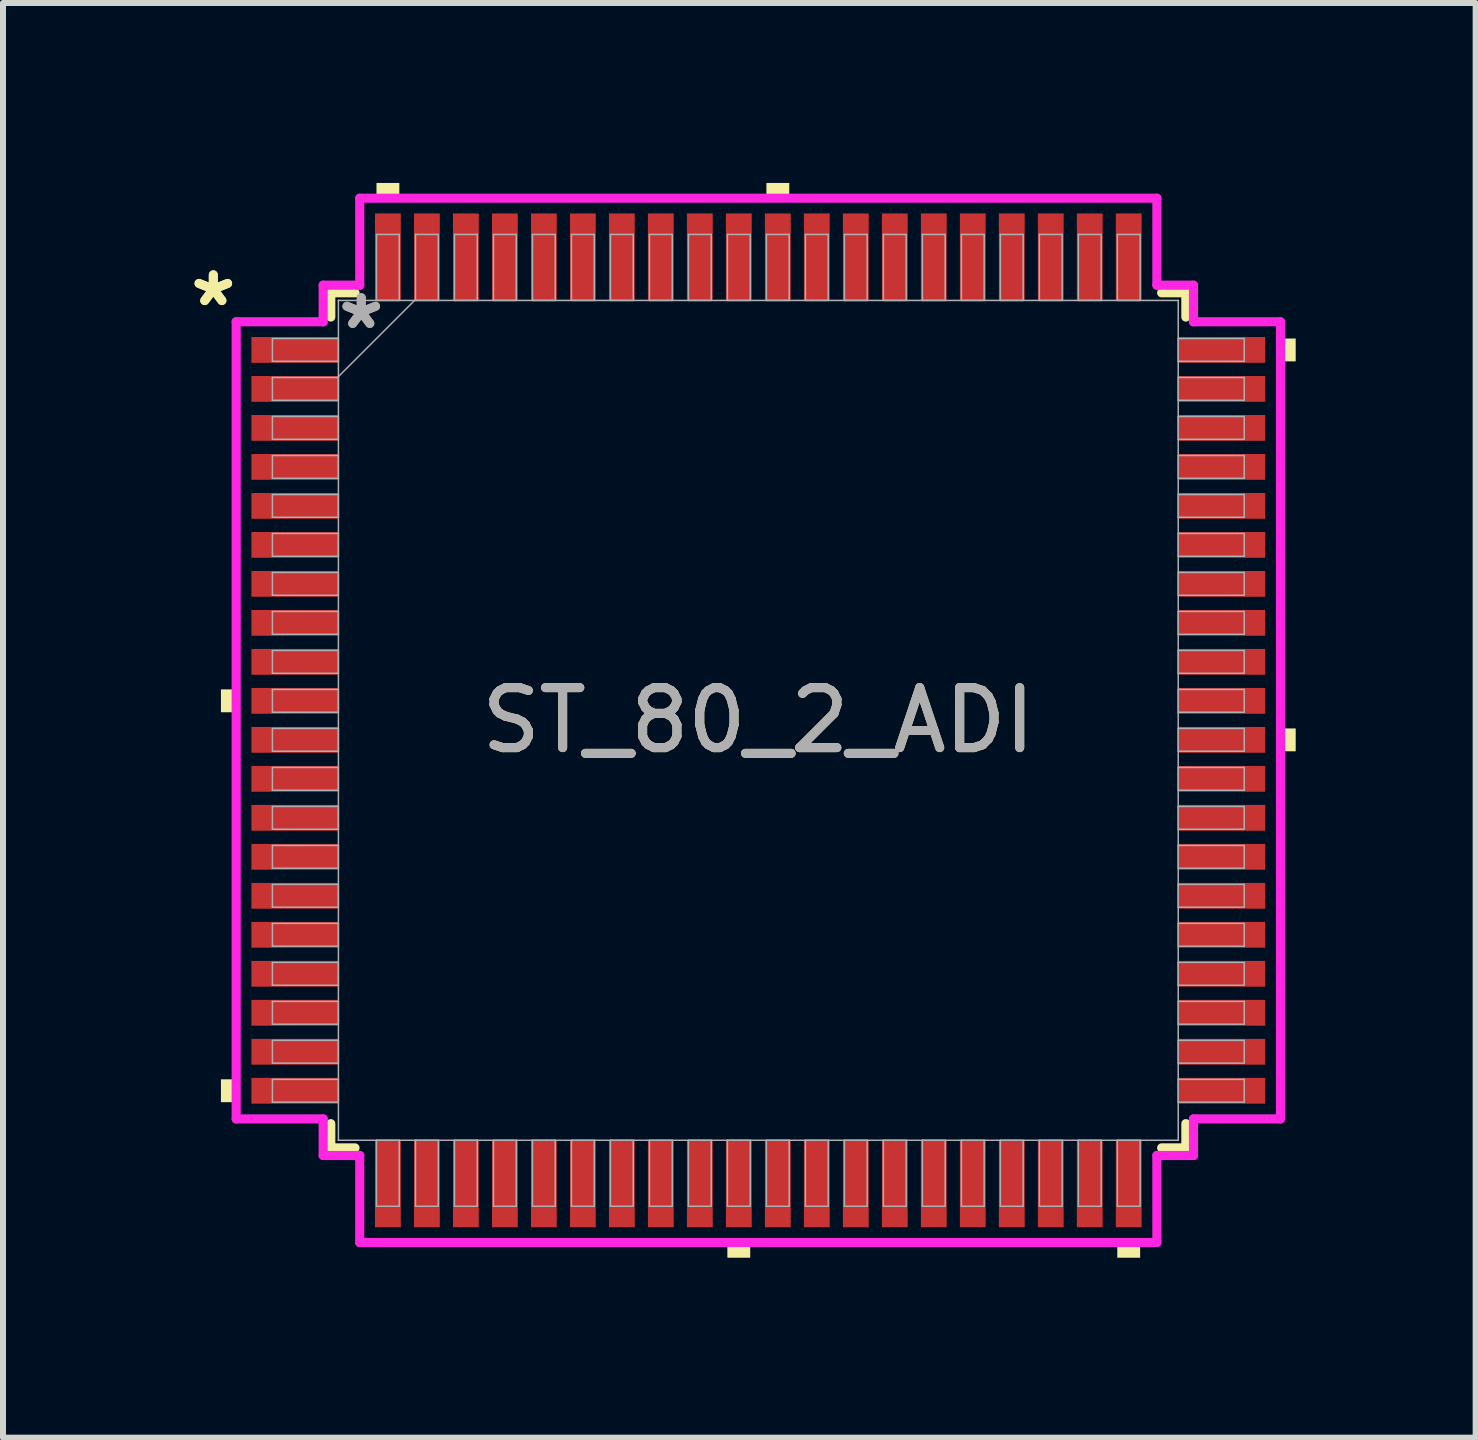
<source format=kicad_pcb>
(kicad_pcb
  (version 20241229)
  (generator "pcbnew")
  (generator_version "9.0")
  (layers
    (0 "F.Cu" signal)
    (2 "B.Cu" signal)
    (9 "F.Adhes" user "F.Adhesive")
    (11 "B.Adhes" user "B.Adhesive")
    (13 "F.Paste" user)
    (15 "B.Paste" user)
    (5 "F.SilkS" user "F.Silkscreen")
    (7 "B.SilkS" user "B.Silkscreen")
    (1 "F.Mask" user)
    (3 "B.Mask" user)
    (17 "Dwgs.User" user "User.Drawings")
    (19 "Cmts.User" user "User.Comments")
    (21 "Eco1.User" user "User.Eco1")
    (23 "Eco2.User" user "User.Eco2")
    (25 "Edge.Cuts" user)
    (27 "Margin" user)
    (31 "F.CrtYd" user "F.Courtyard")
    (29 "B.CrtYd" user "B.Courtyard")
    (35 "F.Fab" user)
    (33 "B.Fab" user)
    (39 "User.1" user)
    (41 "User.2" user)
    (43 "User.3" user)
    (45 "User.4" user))
  (footprint "ST_80_2_ADI"
    (layer "F.Cu")
    (at 9.591 8.958)
    (property "Reference" "ST_80_2_ADI" (at 0 0 0) (unlocked yes) (layer "F.SilkS") (effects (font (size 1 1) (thickness 0.15))))
    (attr smd)
    (fp_line (start -7.127 -7.127) (end -7.127 -6.723) (stroke (width 0.152) (type solid)) (layer "F.SilkS"))
    (fp_line (start -7.127 6.723) (end -7.127 7.127) (stroke (width 0.152) (type solid)) (layer "F.SilkS"))
    (fp_line (start -7.127 7.127) (end -6.723 7.127) (stroke (width 0.152) (type solid)) (layer "F.SilkS"))
    (fp_line (start -6.723 -7.127) (end -7.127 -7.127) (stroke (width 0.152) (type solid)) (layer "F.SilkS"))
    (fp_line (start 6.723 7.127) (end 7.127 7.127) (stroke (width 0.152) (type solid)) (layer "F.SilkS"))
    (fp_line (start 7.127 -7.127) (end 6.723 -7.127) (stroke (width 0.152) (type solid)) (layer "F.SilkS"))
    (fp_line (start 7.127 -6.723) (end 7.127 -7.127) (stroke (width 0.152) (type solid)) (layer "F.SilkS"))
    (fp_line (start 7.127 7.127) (end 7.127 6.723) (stroke (width 0.152) (type solid)) (layer "F.SilkS"))
    (fp_poly (pts (xy -8.958 -0.516) (xy -8.958 -0.135) (xy -8.704 -0.135) (xy -8.704 -0.516)) (stroke (width 0) (type solid)) (fill yes) (layer "F.SilkS"))
    (fp_poly (pts (xy -8.958 5.984) (xy -8.958 6.365) (xy -8.704 6.365) (xy -8.704 5.984)) (stroke (width 0) (type solid)) (fill yes) (layer "F.SilkS"))
    (fp_poly (pts (xy -6.365 -8.704) (xy -6.365 -8.958) (xy -5.984 -8.958) (xy -5.984 -8.704)) (stroke (width 0) (type solid)) (fill yes) (layer "F.SilkS"))
    (fp_poly (pts (xy -0.516 8.704) (xy -0.516 8.958) (xy -0.135 8.958) (xy -0.135 8.704)) (stroke (width 0) (type solid)) (fill yes) (layer "F.SilkS"))
    (fp_poly (pts (xy 0.135 -8.704) (xy 0.135 -8.958) (xy 0.516 -8.958) (xy 0.516 -8.704)) (stroke (width 0) (type solid)) (fill yes) (layer "F.SilkS"))
    (fp_poly (pts (xy 5.984 8.704) (xy 5.984 8.958) (xy 6.365 8.958) (xy 6.365 8.704)) (stroke (width 0) (type solid)) (fill yes) (layer "F.SilkS"))
    (fp_poly (pts (xy 8.958 -6.365) (xy 8.958 -5.984) (xy 8.704 -5.984) (xy 8.704 -6.365)) (stroke (width 0) (type solid)) (fill yes) (layer "F.SilkS"))
    (fp_poly (pts (xy 8.958 0.135) (xy 8.958 0.516) (xy 8.704 0.516) (xy 8.704 0.135)) (stroke (width 0) (type solid)) (fill yes) (layer "F.SilkS"))
    (fp_line (start -8.704 -6.644) (end -7.254 -6.644) (stroke (width 0.152) (type solid)) (layer "F.CrtYd"))
    (fp_line (start -8.704 6.644) (end -8.704 -6.644) (stroke (width 0.152) (type solid)) (layer "F.CrtYd"))
    (fp_line (start -7.254 -7.254) (end -6.644 -7.254) (stroke (width 0.152) (type solid)) (layer "F.CrtYd"))
    (fp_line (start -7.254 -6.644) (end -7.254 -7.254) (stroke (width 0.152) (type solid)) (layer "F.CrtYd"))
    (fp_line (start -7.254 6.644) (end -8.704 6.644) (stroke (width 0.152) (type solid)) (layer "F.CrtYd"))
    (fp_line (start -7.254 7.254) (end -7.254 6.644) (stroke (width 0.152) (type solid)) (layer "F.CrtYd"))
    (fp_line (start -7.254 7.254) (end -6.644 7.254) (stroke (width 0.152) (type solid)) (layer "F.CrtYd"))
    (fp_line (start -6.644 -8.704) (end 6.644 -8.704) (stroke (width 0.152) (type solid)) (layer "F.CrtYd"))
    (fp_line (start -6.644 -7.254) (end -6.644 -8.704) (stroke (width 0.152) (type solid)) (layer "F.CrtYd"))
    (fp_line (start -6.644 7.254) (end -6.644 8.704) (stroke (width 0.152) (type solid)) (layer "F.CrtYd"))
    (fp_line (start -6.644 8.704) (end 6.644 8.704) (stroke (width 0.152) (type solid)) (layer "F.CrtYd"))
    (fp_line (start 6.644 -8.704) (end 6.644 -7.254) (stroke (width 0.152) (type solid)) (layer "F.CrtYd"))
    (fp_line (start 6.644 -7.254) (end 7.254 -7.254) (stroke (width 0.152) (type solid)) (layer "F.CrtYd"))
    (fp_line (start 6.644 7.254) (end 7.254 7.254) (stroke (width 0.152) (type solid)) (layer "F.CrtYd"))
    (fp_line (start 6.644 8.704) (end 6.644 7.254) (stroke (width 0.152) (type solid)) (layer "F.CrtYd"))
    (fp_line (start 7.254 -6.644) (end 7.254 -7.254) (stroke (width 0.152) (type solid)) (layer "F.CrtYd"))
    (fp_line (start 7.254 6.644) (end 8.704 6.644) (stroke (width 0.152) (type solid)) (layer "F.CrtYd"))
    (fp_line (start 7.254 7.254) (end 7.254 6.644) (stroke (width 0.152) (type solid)) (layer "F.CrtYd"))
    (fp_line (start 8.704 -6.644) (end 7.254 -6.644) (stroke (width 0.152) (type solid)) (layer "F.CrtYd"))
    (fp_line (start 8.704 6.644) (end 8.704 -6.644) (stroke (width 0.152) (type solid)) (layer "F.CrtYd"))
    (fp_line (start -8.1 -6.365) (end -8.1 -5.985) (stroke (width 0.025) (type solid)) (layer "F.Fab"))
    (fp_line (start -8.1 -5.985) (end -7 -5.985) (stroke (width 0.025) (type solid)) (layer "F.Fab"))
    (fp_line (start -8.1 -5.715) (end -8.1 -5.335) (stroke (width 0.025) (type solid)) (layer "F.Fab"))
    (fp_line (start -8.1 -5.335) (end -7 -5.335) (stroke (width 0.025) (type solid)) (layer "F.Fab"))
    (fp_line (start -8.1 -5.065) (end -8.1 -4.685) (stroke (width 0.025) (type solid)) (layer "F.Fab"))
    (fp_line (start -8.1 -4.685) (end -7 -4.685) (stroke (width 0.025) (type solid)) (layer "F.Fab"))
    (fp_line (start -8.1 -4.415) (end -8.1 -4.035) (stroke (width 0.025) (type solid)) (layer "F.Fab"))
    (fp_line (start -8.1 -4.035) (end -7 -4.035) (stroke (width 0.025) (type solid)) (layer "F.Fab"))
    (fp_line (start -8.1 -3.765) (end -8.1 -3.385) (stroke (width 0.025) (type solid)) (layer "F.Fab"))
    (fp_line (start -8.1 -3.385) (end -7 -3.385) (stroke (width 0.025) (type solid)) (layer "F.Fab"))
    (fp_line (start -8.1 -3.115) (end -8.1 -2.735) (stroke (width 0.025) (type solid)) (layer "F.Fab"))
    (fp_line (start -8.1 -2.735) (end -7 -2.735) (stroke (width 0.025) (type solid)) (layer "F.Fab"))
    (fp_line (start -8.1 -2.465) (end -8.1 -2.085) (stroke (width 0.025) (type solid)) (layer "F.Fab"))
    (fp_line (start -8.1 -2.085) (end -7 -2.085) (stroke (width 0.025) (type solid)) (layer "F.Fab"))
    (fp_line (start -8.1 -1.815) (end -8.1 -1.435) (stroke (width 0.025) (type solid)) (layer "F.Fab"))
    (fp_line (start -8.1 -1.435) (end -7 -1.435) (stroke (width 0.025) (type solid)) (layer "F.Fab"))
    (fp_line (start -8.1 -1.165) (end -8.1 -0.785) (stroke (width 0.025) (type solid)) (layer "F.Fab"))
    (fp_line (start -8.1 -0.785) (end -7 -0.785) (stroke (width 0.025) (type solid)) (layer "F.Fab"))
    (fp_line (start -8.1 -0.515) (end -8.1 -0.135) (stroke (width 0.025) (type solid)) (layer "F.Fab"))
    (fp_line (start -8.1 -0.135) (end -7 -0.135) (stroke (width 0.025) (type solid)) (layer "F.Fab"))
    (fp_line (start -8.1 0.135) (end -8.1 0.515) (stroke (width 0.025) (type solid)) (layer "F.Fab"))
    (fp_line (start -8.1 0.515) (end -7 0.515) (stroke (width 0.025) (type solid)) (layer "F.Fab"))
    (fp_line (start -8.1 0.785) (end -8.1 1.165) (stroke (width 0.025) (type solid)) (layer "F.Fab"))
    (fp_line (start -8.1 1.165) (end -7 1.165) (stroke (width 0.025) (type solid)) (layer "F.Fab"))
    (fp_line (start -8.1 1.435) (end -8.1 1.815) (stroke (width 0.025) (type solid)) (layer "F.Fab"))
    (fp_line (start -8.1 1.815) (end -7 1.815) (stroke (width 0.025) (type solid)) (layer "F.Fab"))
    (fp_line (start -8.1 2.085) (end -8.1 2.465) (stroke (width 0.025) (type solid)) (layer "F.Fab"))
    (fp_line (start -8.1 2.465) (end -7 2.465) (stroke (width 0.025) (type solid)) (layer "F.Fab"))
    (fp_line (start -8.1 2.735) (end -8.1 3.115) (stroke (width 0.025) (type solid)) (layer "F.Fab"))
    (fp_line (start -8.1 3.115) (end -7 3.115) (stroke (width 0.025) (type solid)) (layer "F.Fab"))
    (fp_line (start -8.1 3.385) (end -8.1 3.765) (stroke (width 0.025) (type solid)) (layer "F.Fab"))
    (fp_line (start -8.1 3.765) (end -7 3.765) (stroke (width 0.025) (type solid)) (layer "F.Fab"))
    (fp_line (start -8.1 4.035) (end -8.1 4.415) (stroke (width 0.025) (type solid)) (layer "F.Fab"))
    (fp_line (start -8.1 4.415) (end -7 4.415) (stroke (width 0.025) (type solid)) (layer "F.Fab"))
    (fp_line (start -8.1 4.685) (end -8.1 5.065) (stroke (width 0.025) (type solid)) (layer "F.Fab"))
    (fp_line (start -8.1 5.065) (end -7 5.065) (stroke (width 0.025) (type solid)) (layer "F.Fab"))
    (fp_line (start -8.1 5.335) (end -8.1 5.715) (stroke (width 0.025) (type solid)) (layer "F.Fab"))
    (fp_line (start -8.1 5.715) (end -7 5.715) (stroke (width 0.025) (type solid)) (layer "F.Fab"))
    (fp_line (start -8.1 5.985) (end -8.1 6.365) (stroke (width 0.025) (type solid)) (layer "F.Fab"))
    (fp_line (start -8.1 6.365) (end -7 6.365) (stroke (width 0.025) (type solid)) (layer "F.Fab"))
    (fp_line (start -7 -6.365) (end -8.1 -6.365) (stroke (width 0.025) (type solid)) (layer "F.Fab"))
    (fp_line (start -7 -5.985) (end -7 -6.365) (stroke (width 0.025) (type solid)) (layer "F.Fab"))
    (fp_line (start -7 -5.73) (end -5.73 -7) (stroke (width 0.025) (type solid)) (layer "F.Fab"))
    (fp_line (start -7 -5.715) (end -8.1 -5.715) (stroke (width 0.025) (type solid)) (layer "F.Fab"))
    (fp_line (start -7 -5.335) (end -7 -5.715) (stroke (width 0.025) (type solid)) (layer "F.Fab"))
    (fp_line (start -7 -5.065) (end -8.1 -5.065) (stroke (width 0.025) (type solid)) (layer "F.Fab"))
    (fp_line (start -7 -4.685) (end -7 -5.065) (stroke (width 0.025) (type solid)) (layer "F.Fab"))
    (fp_line (start -7 -4.415) (end -8.1 -4.415) (stroke (width 0.025) (type solid)) (layer "F.Fab"))
    (fp_line (start -7 -4.035) (end -7 -4.415) (stroke (width 0.025) (type solid)) (layer "F.Fab"))
    (fp_line (start -7 -3.765) (end -8.1 -3.765) (stroke (width 0.025) (type solid)) (layer "F.Fab"))
    (fp_line (start -7 -3.385) (end -7 -3.765) (stroke (width 0.025) (type solid)) (layer "F.Fab"))
    (fp_line (start -7 -3.115) (end -8.1 -3.115) (stroke (width 0.025) (type solid)) (layer "F.Fab"))
    (fp_line (start -7 -2.735) (end -7 -3.115) (stroke (width 0.025) (type solid)) (layer "F.Fab"))
    (fp_line (start -7 -2.465) (end -8.1 -2.465) (stroke (width 0.025) (type solid)) (layer "F.Fab"))
    (fp_line (start -7 -2.085) (end -7 -2.465) (stroke (width 0.025) (type solid)) (layer "F.Fab"))
    (fp_line (start -7 -1.815) (end -8.1 -1.815) (stroke (width 0.025) (type solid)) (layer "F.Fab"))
    (fp_line (start -7 -1.435) (end -7 -1.815) (stroke (width 0.025) (type solid)) (layer "F.Fab"))
    (fp_line (start -7 -1.165) (end -8.1 -1.165) (stroke (width 0.025) (type solid)) (layer "F.Fab"))
    (fp_line (start -7 -0.785) (end -7 -1.165) (stroke (width 0.025) (type solid)) (layer "F.Fab"))
    (fp_line (start -7 -0.515) (end -8.1 -0.515) (stroke (width 0.025) (type solid)) (layer "F.Fab"))
    (fp_line (start -7 -0.135) (end -7 -0.515) (stroke (width 0.025) (type solid)) (layer "F.Fab"))
    (fp_line (start -7 0.135) (end -8.1 0.135) (stroke (width 0.025) (type solid)) (layer "F.Fab"))
    (fp_line (start -7 0.515) (end -7 0.135) (stroke (width 0.025) (type solid)) (layer "F.Fab"))
    (fp_line (start -7 0.785) (end -8.1 0.785) (stroke (width 0.025) (type solid)) (layer "F.Fab"))
    (fp_line (start -7 1.165) (end -7 0.785) (stroke (width 0.025) (type solid)) (layer "F.Fab"))
    (fp_line (start -7 1.435) (end -8.1 1.435) (stroke (width 0.025) (type solid)) (layer "F.Fab"))
    (fp_line (start -7 1.815) (end -7 1.435) (stroke (width 0.025) (type solid)) (layer "F.Fab"))
    (fp_line (start -7 2.085) (end -8.1 2.085) (stroke (width 0.025) (type solid)) (layer "F.Fab"))
    (fp_line (start -7 2.465) (end -7 2.085) (stroke (width 0.025) (type solid)) (layer "F.Fab"))
    (fp_line (start -7 2.735) (end -8.1 2.735) (stroke (width 0.025) (type solid)) (layer "F.Fab"))
    (fp_line (start -7 3.115) (end -7 2.735) (stroke (width 0.025) (type solid)) (layer "F.Fab"))
    (fp_line (start -7 3.385) (end -8.1 3.385) (stroke (width 0.025) (type solid)) (layer "F.Fab"))
    (fp_line (start -7 3.765) (end -7 3.385) (stroke (width 0.025) (type solid)) (layer "F.Fab"))
    (fp_line (start -7 4.035) (end -8.1 4.035) (stroke (width 0.025) (type solid)) (layer "F.Fab"))
    (fp_line (start -7 4.415) (end -7 4.035) (stroke (width 0.025) (type solid)) (layer "F.Fab"))
    (fp_line (start -7 4.685) (end -8.1 4.685) (stroke (width 0.025) (type solid)) (layer "F.Fab"))
    (fp_line (start -7 5.065) (end -7 4.685) (stroke (width 0.025) (type solid)) (layer "F.Fab"))
    (fp_line (start -7 5.335) (end -8.1 5.335) (stroke (width 0.025) (type solid)) (layer "F.Fab"))
    (fp_line (start -7 5.715) (end -7 5.335) (stroke (width 0.025) (type solid)) (layer "F.Fab"))
    (fp_line (start -7 5.985) (end -8.1 5.985) (stroke (width 0.025) (type solid)) (layer "F.Fab"))
    (fp_line (start -7 6.365) (end -7 5.985) (stroke (width 0.025) (type solid)) (layer "F.Fab"))
    (fp_line (start -7 -7) (end -7 -7) (stroke (width 0.025) (type solid)) (layer "F.Fab"))
    (fp_line (start -7 -7) (end -7 7) (stroke (width 0.025) (type solid)) (layer "F.Fab"))
    (fp_line (start -7 7) (end -7 7) (stroke (width 0.025) (type solid)) (layer "F.Fab"))
    (fp_line (start -7 7) (end 7 7) (stroke (width 0.025) (type solid)) (layer "F.Fab"))
    (fp_line (start -6.365 7) (end -6.365 8.1) (stroke (width 0.025) (type solid)) (layer "F.Fab"))
    (fp_line (start -6.365 8.1) (end -5.985 8.1) (stroke (width 0.025) (type solid)) (layer "F.Fab"))
    (fp_line (start -6.365 -8.1) (end -6.365 -7) (stroke (width 0.025) (type solid)) (layer "F.Fab"))
    (fp_line (start -6.365 -7) (end -5.985 -7) (stroke (width 0.025) (type solid)) (layer "F.Fab"))
    (fp_line (start -5.985 7) (end -6.365 7) (stroke (width 0.025) (type solid)) (layer "F.Fab"))
    (fp_line (start -5.985 8.1) (end -5.985 7) (stroke (width 0.025) (type solid)) (layer "F.Fab"))
    (fp_line (start -5.985 -8.1) (end -6.365 -8.1) (stroke (width 0.025) (type solid)) (layer "F.Fab"))
    (fp_line (start -5.985 -7) (end -5.985 -8.1) (stroke (width 0.025) (type solid)) (layer "F.Fab"))
    (fp_line (start -5.715 7) (end -5.715 8.1) (stroke (width 0.025) (type solid)) (layer "F.Fab"))
    (fp_line (start -5.715 8.1) (end -5.335 8.1) (stroke (width 0.025) (type solid)) (layer "F.Fab"))
    (fp_line (start -5.715 -8.1) (end -5.715 -7) (stroke (width 0.025) (type solid)) (layer "F.Fab"))
    (fp_line (start -5.715 -7) (end -5.335 -7) (stroke (width 0.025) (type solid)) (layer "F.Fab"))
    (fp_line (start -5.335 7) (end -5.715 7) (stroke (width 0.025) (type solid)) (layer "F.Fab"))
    (fp_line (start -5.335 8.1) (end -5.335 7) (stroke (width 0.025) (type solid)) (layer "F.Fab"))
    (fp_line (start -5.335 -8.1) (end -5.715 -8.1) (stroke (width 0.025) (type solid)) (layer "F.Fab"))
    (fp_line (start -5.335 -7) (end -5.335 -8.1) (stroke (width 0.025) (type solid)) (layer "F.Fab"))
    (fp_line (start -5.065 7) (end -5.065 8.1) (stroke (width 0.025) (type solid)) (layer "F.Fab"))
    (fp_line (start -5.065 8.1) (end -4.685 8.1) (stroke (width 0.025) (type solid)) (layer "F.Fab"))
    (fp_line (start -5.065 -8.1) (end -5.065 -7) (stroke (width 0.025) (type solid)) (layer "F.Fab"))
    (fp_line (start -5.065 -7) (end -4.685 -7) (stroke (width 0.025) (type solid)) (layer "F.Fab"))
    (fp_line (start -4.685 7) (end -5.065 7) (stroke (width 0.025) (type solid)) (layer "F.Fab"))
    (fp_line (start -4.685 8.1) (end -4.685 7) (stroke (width 0.025) (type solid)) (layer "F.Fab"))
    (fp_line (start -4.685 -8.1) (end -5.065 -8.1) (stroke (width 0.025) (type solid)) (layer "F.Fab"))
    (fp_line (start -4.685 -7) (end -4.685 -8.1) (stroke (width 0.025) (type solid)) (layer "F.Fab"))
    (fp_line (start -4.415 7) (end -4.415 8.1) (stroke (width 0.025) (type solid)) (layer "F.Fab"))
    (fp_line (start -4.415 8.1) (end -4.035 8.1) (stroke (width 0.025) (type solid)) (layer "F.Fab"))
    (fp_line (start -4.415 -8.1) (end -4.415 -7) (stroke (width 0.025) (type solid)) (layer "F.Fab"))
    (fp_line (start -4.415 -7) (end -4.035 -7) (stroke (width 0.025) (type solid)) (layer "F.Fab"))
    (fp_line (start -4.035 7) (end -4.415 7) (stroke (width 0.025) (type solid)) (layer "F.Fab"))
    (fp_line (start -4.035 8.1) (end -4.035 7) (stroke (width 0.025) (type solid)) (layer "F.Fab"))
    (fp_line (start -4.035 -8.1) (end -4.415 -8.1) (stroke (width 0.025) (type solid)) (layer "F.Fab"))
    (fp_line (start -4.035 -7) (end -4.035 -8.1) (stroke (width 0.025) (type solid)) (layer "F.Fab"))
    (fp_line (start -3.765 -8.1) (end -3.765 -7) (stroke (width 0.025) (type solid)) (layer "F.Fab"))
    (fp_line (start -3.765 -7) (end -3.385 -7) (stroke (width 0.025) (type solid)) (layer "F.Fab"))
    (fp_line (start -3.765 7) (end -3.765 8.1) (stroke (width 0.025) (type solid)) (layer "F.Fab"))
    (fp_line (start -3.765 8.1) (end -3.385 8.1) (stroke (width 0.025) (type solid)) (layer "F.Fab"))
    (fp_line (start -3.385 -8.1) (end -3.765 -8.1) (stroke (width 0.025) (type solid)) (layer "F.Fab"))
    (fp_line (start -3.385 -7) (end -3.385 -8.1) (stroke (width 0.025) (type solid)) (layer "F.Fab"))
    (fp_line (start -3.385 7) (end -3.765 7) (stroke (width 0.025) (type solid)) (layer "F.Fab"))
    (fp_line (start -3.385 8.1) (end -3.385 7) (stroke (width 0.025) (type solid)) (layer "F.Fab"))
    (fp_line (start -3.115 -8.1) (end -3.115 -7) (stroke (width 0.025) (type solid)) (layer "F.Fab"))
    (fp_line (start -3.115 -7) (end -2.735 -7) (stroke (width 0.025) (type solid)) (layer "F.Fab"))
    (fp_line (start -3.115 7) (end -3.115 8.1) (stroke (width 0.025) (type solid)) (layer "F.Fab"))
    (fp_line (start -3.115 8.1) (end -2.735 8.1) (stroke (width 0.025) (type solid)) (layer "F.Fab"))
    (fp_line (start -2.735 -8.1) (end -3.115 -8.1) (stroke (width 0.025) (type solid)) (layer "F.Fab"))
    (fp_line (start -2.735 -7) (end -2.735 -8.1) (stroke (width 0.025) (type solid)) (layer "F.Fab"))
    (fp_line (start -2.735 7) (end -3.115 7) (stroke (width 0.025) (type solid)) (layer "F.Fab"))
    (fp_line (start -2.735 8.1) (end -2.735 7) (stroke (width 0.025) (type solid)) (layer "F.Fab"))
    (fp_line (start -2.465 -8.1) (end -2.465 -7) (stroke (width 0.025) (type solid)) (layer "F.Fab"))
    (fp_line (start -2.465 -7) (end -2.085 -7) (stroke (width 0.025) (type solid)) (layer "F.Fab"))
    (fp_line (start -2.465 7) (end -2.465 8.1) (stroke (width 0.025) (type solid)) (layer "F.Fab"))
    (fp_line (start -2.465 8.1) (end -2.085 8.1) (stroke (width 0.025) (type solid)) (layer "F.Fab"))
    (fp_line (start -2.085 -8.1) (end -2.465 -8.1) (stroke (width 0.025) (type solid)) (layer "F.Fab"))
    (fp_line (start -2.085 -7) (end -2.085 -8.1) (stroke (width 0.025) (type solid)) (layer "F.Fab"))
    (fp_line (start -2.085 7) (end -2.465 7) (stroke (width 0.025) (type solid)) (layer "F.Fab"))
    (fp_line (start -2.085 8.1) (end -2.085 7) (stroke (width 0.025) (type solid)) (layer "F.Fab"))
    (fp_line (start -1.815 -8.1) (end -1.815 -7) (stroke (width 0.025) (type solid)) (layer "F.Fab"))
    (fp_line (start -1.815 -7) (end -1.435 -7) (stroke (width 0.025) (type solid)) (layer "F.Fab"))
    (fp_line (start -1.815 7) (end -1.815 8.1) (stroke (width 0.025) (type solid)) (layer "F.Fab"))
    (fp_line (start -1.815 8.1) (end -1.435 8.1) (stroke (width 0.025) (type solid)) (layer "F.Fab"))
    (fp_line (start -1.435 -8.1) (end -1.815 -8.1) (stroke (width 0.025) (type solid)) (layer "F.Fab"))
    (fp_line (start -1.435 -7) (end -1.435 -8.1) (stroke (width 0.025) (type solid)) (layer "F.Fab"))
    (fp_line (start -1.435 7) (end -1.815 7) (stroke (width 0.025) (type solid)) (layer "F.Fab"))
    (fp_line (start -1.435 8.1) (end -1.435 7) (stroke (width 0.025) (type solid)) (layer "F.Fab"))
    (fp_line (start -1.165 -8.1) (end -1.165 -7) (stroke (width 0.025) (type solid)) (layer "F.Fab"))
    (fp_line (start -1.165 -7) (end -0.785 -7) (stroke (width 0.025) (type solid)) (layer "F.Fab"))
    (fp_line (start -1.165 7) (end -1.165 8.1) (stroke (width 0.025) (type solid)) (layer "F.Fab"))
    (fp_line (start -1.165 8.1) (end -0.785 8.1) (stroke (width 0.025) (type solid)) (layer "F.Fab"))
    (fp_line (start -0.785 -8.1) (end -1.165 -8.1) (stroke (width 0.025) (type solid)) (layer "F.Fab"))
    (fp_line (start -0.785 -7) (end -0.785 -8.1) (stroke (width 0.025) (type solid)) (layer "F.Fab"))
    (fp_line (start -0.785 7) (end -1.165 7) (stroke (width 0.025) (type solid)) (layer "F.Fab"))
    (fp_line (start -0.785 8.1) (end -0.785 7) (stroke (width 0.025) (type solid)) (layer "F.Fab"))
    (fp_line (start -0.515 -8.1) (end -0.515 -7) (stroke (width 0.025) (type solid)) (layer "F.Fab"))
    (fp_line (start -0.515 -7) (end -0.135 -7) (stroke (width 0.025) (type solid)) (layer "F.Fab"))
    (fp_line (start -0.515 7) (end -0.515 8.1) (stroke (width 0.025) (type solid)) (layer "F.Fab"))
    (fp_line (start -0.515 8.1) (end -0.135 8.1) (stroke (width 0.025) (type solid)) (layer "F.Fab"))
    (fp_line (start -0.135 -8.1) (end -0.515 -8.1) (stroke (width 0.025) (type solid)) (layer "F.Fab"))
    (fp_line (start -0.135 -7) (end -0.135 -8.1) (stroke (width 0.025) (type solid)) (layer "F.Fab"))
    (fp_line (start -0.135 7) (end -0.515 7) (stroke (width 0.025) (type solid)) (layer "F.Fab"))
    (fp_line (start -0.135 8.1) (end -0.135 7) (stroke (width 0.025) (type solid)) (layer "F.Fab"))
    (fp_line (start 0.135 -8.1) (end 0.135 -7) (stroke (width 0.025) (type solid)) (layer "F.Fab"))
    (fp_line (start 0.135 -7) (end 0.515 -7) (stroke (width 0.025) (type solid)) (layer "F.Fab"))
    (fp_line (start 0.135 7) (end 0.135 8.1) (stroke (width 0.025) (type solid)) (layer "F.Fab"))
    (fp_line (start 0.135 8.1) (end 0.515 8.1) (stroke (width 0.025) (type solid)) (layer "F.Fab"))
    (fp_line (start 0.515 -8.1) (end 0.135 -8.1) (stroke (width 0.025) (type solid)) (layer "F.Fab"))
    (fp_line (start 0.515 -7) (end 0.515 -8.1) (stroke (width 0.025) (type solid)) (layer "F.Fab"))
    (fp_line (start 0.515 7) (end 0.135 7) (stroke (width 0.025) (type solid)) (layer "F.Fab"))
    (fp_line (start 0.515 8.1) (end 0.515 7) (stroke (width 0.025) (type solid)) (layer "F.Fab"))
    (fp_line (start 0.785 -8.1) (end 0.785 -7) (stroke (width 0.025) (type solid)) (layer "F.Fab"))
    (fp_line (start 0.785 -7) (end 1.165 -7) (stroke (width 0.025) (type solid)) (layer "F.Fab"))
    (fp_line (start 0.785 7) (end 0.785 8.1) (stroke (width 0.025) (type solid)) (layer "F.Fab"))
    (fp_line (start 0.785 8.1) (end 1.165 8.1) (stroke (width 0.025) (type solid)) (layer "F.Fab"))
    (fp_line (start 1.165 -8.1) (end 0.785 -8.1) (stroke (width 0.025) (type solid)) (layer "F.Fab"))
    (fp_line (start 1.165 -7) (end 1.165 -8.1) (stroke (width 0.025) (type solid)) (layer "F.Fab"))
    (fp_line (start 1.165 7) (end 0.785 7) (stroke (width 0.025) (type solid)) (layer "F.Fab"))
    (fp_line (start 1.165 8.1) (end 1.165 7) (stroke (width 0.025) (type solid)) (layer "F.Fab"))
    (fp_line (start 1.435 -8.1) (end 1.435 -7) (stroke (width 0.025) (type solid)) (layer "F.Fab"))
    (fp_line (start 1.435 -7) (end 1.815 -7) (stroke (width 0.025) (type solid)) (layer "F.Fab"))
    (fp_line (start 1.435 7) (end 1.435 8.1) (stroke (width 0.025) (type solid)) (layer "F.Fab"))
    (fp_line (start 1.435 8.1) (end 1.815 8.1) (stroke (width 0.025) (type solid)) (layer "F.Fab"))
    (fp_line (start 1.815 -8.1) (end 1.435 -8.1) (stroke (width 0.025) (type solid)) (layer "F.Fab"))
    (fp_line (start 1.815 -7) (end 1.815 -8.1) (stroke (width 0.025) (type solid)) (layer "F.Fab"))
    (fp_line (start 1.815 7) (end 1.435 7) (stroke (width 0.025) (type solid)) (layer "F.Fab"))
    (fp_line (start 1.815 8.1) (end 1.815 7) (stroke (width 0.025) (type solid)) (layer "F.Fab"))
    (fp_line (start 2.085 -8.1) (end 2.085 -7) (stroke (width 0.025) (type solid)) (layer "F.Fab"))
    (fp_line (start 2.085 -7) (end 2.465 -7) (stroke (width 0.025) (type solid)) (layer "F.Fab"))
    (fp_line (start 2.085 7) (end 2.085 8.1) (stroke (width 0.025) (type solid)) (layer "F.Fab"))
    (fp_line (start 2.085 8.1) (end 2.465 8.1) (stroke (width 0.025) (type solid)) (layer "F.Fab"))
    (fp_line (start 2.465 -8.1) (end 2.085 -8.1) (stroke (width 0.025) (type solid)) (layer "F.Fab"))
    (fp_line (start 2.465 -7) (end 2.465 -8.1) (stroke (width 0.025) (type solid)) (layer "F.Fab"))
    (fp_line (start 2.465 7) (end 2.085 7) (stroke (width 0.025) (type solid)) (layer "F.Fab"))
    (fp_line (start 2.465 8.1) (end 2.465 7) (stroke (width 0.025) (type solid)) (layer "F.Fab"))
    (fp_line (start 2.735 -8.1) (end 2.735 -7) (stroke (width 0.025) (type solid)) (layer "F.Fab"))
    (fp_line (start 2.735 -7) (end 3.115 -7) (stroke (width 0.025) (type solid)) (layer "F.Fab"))
    (fp_line (start 2.735 7) (end 2.735 8.1) (stroke (width 0.025) (type solid)) (layer "F.Fab"))
    (fp_line (start 2.735 8.1) (end 3.115 8.1) (stroke (width 0.025) (type solid)) (layer "F.Fab"))
    (fp_line (start 3.115 -8.1) (end 2.735 -8.1) (stroke (width 0.025) (type solid)) (layer "F.Fab"))
    (fp_line (start 3.115 -7) (end 3.115 -8.1) (stroke (width 0.025) (type solid)) (layer "F.Fab"))
    (fp_line (start 3.115 7) (end 2.735 7) (stroke (width 0.025) (type solid)) (layer "F.Fab"))
    (fp_line (start 3.115 8.1) (end 3.115 7) (stroke (width 0.025) (type solid)) (layer "F.Fab"))
    (fp_line (start 3.385 -8.1) (end 3.385 -7) (stroke (width 0.025) (type solid)) (layer "F.Fab"))
    (fp_line (start 3.385 -7) (end 3.765 -7) (stroke (width 0.025) (type solid)) (layer "F.Fab"))
    (fp_line (start 3.385 7) (end 3.385 8.1) (stroke (width 0.025) (type solid)) (layer "F.Fab"))
    (fp_line (start 3.385 8.1) (end 3.765 8.1) (stroke (width 0.025) (type solid)) (layer "F.Fab"))
    (fp_line (start 3.765 -8.1) (end 3.385 -8.1) (stroke (width 0.025) (type solid)) (layer "F.Fab"))
    (fp_line (start 3.765 -7) (end 3.765 -8.1) (stroke (width 0.025) (type solid)) (layer "F.Fab"))
    (fp_line (start 3.765 7) (end 3.385 7) (stroke (width 0.025) (type solid)) (layer "F.Fab"))
    (fp_line (start 3.765 8.1) (end 3.765 7) (stroke (width 0.025) (type solid)) (layer "F.Fab"))
    (fp_line (start 4.035 7) (end 4.035 8.1) (stroke (width 0.025) (type solid)) (layer "F.Fab"))
    (fp_line (start 4.035 8.1) (end 4.415 8.1) (stroke (width 0.025) (type solid)) (layer "F.Fab"))
    (fp_line (start 4.035 -8.1) (end 4.035 -7) (stroke (width 0.025) (type solid)) (layer "F.Fab"))
    (fp_line (start 4.035 -7) (end 4.415 -7) (stroke (width 0.025) (type solid)) (layer "F.Fab"))
    (fp_line (start 4.415 7) (end 4.035 7) (stroke (width 0.025) (type solid)) (layer "F.Fab"))
    (fp_line (start 4.415 8.1) (end 4.415 7) (stroke (width 0.025) (type solid)) (layer "F.Fab"))
    (fp_line (start 4.415 -8.1) (end 4.035 -8.1) (stroke (width 0.025) (type solid)) (layer "F.Fab"))
    (fp_line (start 4.415 -7) (end 4.415 -8.1) (stroke (width 0.025) (type solid)) (layer "F.Fab"))
    (fp_line (start 4.685 7) (end 4.685 8.1) (stroke (width 0.025) (type solid)) (layer "F.Fab"))
    (fp_line (start 4.685 8.1) (end 5.065 8.1) (stroke (width 0.025) (type solid)) (layer "F.Fab"))
    (fp_line (start 4.685 -8.1) (end 4.685 -7) (stroke (width 0.025) (type solid)) (layer "F.Fab"))
    (fp_line (start 4.685 -7) (end 5.065 -7) (stroke (width 0.025) (type solid)) (layer "F.Fab"))
    (fp_line (start 5.065 7) (end 4.685 7) (stroke (width 0.025) (type solid)) (layer "F.Fab"))
    (fp_line (start 5.065 8.1) (end 5.065 7) (stroke (width 0.025) (type solid)) (layer "F.Fab"))
    (fp_line (start 5.065 -8.1) (end 4.685 -8.1) (stroke (width 0.025) (type solid)) (layer "F.Fab"))
    (fp_line (start 5.065 -7) (end 5.065 -8.1) (stroke (width 0.025) (type solid)) (layer "F.Fab"))
    (fp_line (start 5.335 7) (end 5.335 8.1) (stroke (width 0.025) (type solid)) (layer "F.Fab"))
    (fp_line (start 5.335 8.1) (end 5.715 8.1) (stroke (width 0.025) (type solid)) (layer "F.Fab"))
    (fp_line (start 5.335 -8.1) (end 5.335 -7) (stroke (width 0.025) (type solid)) (layer "F.Fab"))
    (fp_line (start 5.335 -7) (end 5.715 -7) (stroke (width 0.025) (type solid)) (layer "F.Fab"))
    (fp_line (start 5.715 7) (end 5.335 7) (stroke (width 0.025) (type solid)) (layer "F.Fab"))
    (fp_line (start 5.715 8.1) (end 5.715 7) (stroke (width 0.025) (type solid)) (layer "F.Fab"))
    (fp_line (start 5.715 -8.1) (end 5.335 -8.1) (stroke (width 0.025) (type solid)) (layer "F.Fab"))
    (fp_line (start 5.715 -7) (end 5.715 -8.1) (stroke (width 0.025) (type solid)) (layer "F.Fab"))
    (fp_line (start 5.985 7) (end 5.985 8.1) (stroke (width 0.025) (type solid)) (layer "F.Fab"))
    (fp_line (start 5.985 8.1) (end 6.365 8.1) (stroke (width 0.025) (type solid)) (layer "F.Fab"))
    (fp_line (start 5.985 -8.1) (end 5.985 -7) (stroke (width 0.025) (type solid)) (layer "F.Fab"))
    (fp_line (start 5.985 -7) (end 6.365 -7) (stroke (width 0.025) (type solid)) (layer "F.Fab"))
    (fp_line (start 6.365 7) (end 5.985 7) (stroke (width 0.025) (type solid)) (layer "F.Fab"))
    (fp_line (start 6.365 8.1) (end 6.365 7) (stroke (width 0.025) (type solid)) (layer "F.Fab"))
    (fp_line (start 6.365 -8.1) (end 5.985 -8.1) (stroke (width 0.025) (type solid)) (layer "F.Fab"))
    (fp_line (start 6.365 -7) (end 6.365 -8.1) (stroke (width 0.025) (type solid)) (layer "F.Fab"))
    (fp_line (start 7 -7) (end -7 -7) (stroke (width 0.025) (type solid)) (layer "F.Fab"))
    (fp_line (start 7 -7) (end 7 -7) (stroke (width 0.025) (type solid)) (layer "F.Fab"))
    (fp_line (start 7 7) (end 7 -7) (stroke (width 0.025) (type solid)) (layer "F.Fab"))
    (fp_line (start 7 7) (end 7 7) (stroke (width 0.025) (type solid)) (layer "F.Fab"))
    (fp_line (start 7 -6.365) (end 7 -5.985) (stroke (width 0.025) (type solid)) (layer "F.Fab"))
    (fp_line (start 7 -5.985) (end 8.1 -5.985) (stroke (width 0.025) (type solid)) (layer "F.Fab"))
    (fp_line (start 7 -5.715) (end 7 -5.335) (stroke (width 0.025) (type solid)) (layer "F.Fab"))
    (fp_line (start 7 -5.335) (end 8.1 -5.335) (stroke (width 0.025) (type solid)) (layer "F.Fab"))
    (fp_line (start 7 -5.065) (end 7 -4.685) (stroke (width 0.025) (type solid)) (layer "F.Fab"))
    (fp_line (start 7 -4.685) (end 8.1 -4.685) (stroke (width 0.025) (type solid)) (layer "F.Fab"))
    (fp_line (start 7 -4.415) (end 7 -4.035) (stroke (width 0.025) (type solid)) (layer "F.Fab"))
    (fp_line (start 7 -4.035) (end 8.1 -4.035) (stroke (width 0.025) (type solid)) (layer "F.Fab"))
    (fp_line (start 7 -3.765) (end 7 -3.385) (stroke (width 0.025) (type solid)) (layer "F.Fab"))
    (fp_line (start 7 -3.385) (end 8.1 -3.385) (stroke (width 0.025) (type solid)) (layer "F.Fab"))
    (fp_line (start 7 -3.115) (end 7 -2.735) (stroke (width 0.025) (type solid)) (layer "F.Fab"))
    (fp_line (start 7 -2.735) (end 8.1 -2.735) (stroke (width 0.025) (type solid)) (layer "F.Fab"))
    (fp_line (start 7 -2.465) (end 7 -2.085) (stroke (width 0.025) (type solid)) (layer "F.Fab"))
    (fp_line (start 7 -2.085) (end 8.1 -2.085) (stroke (width 0.025) (type solid)) (layer "F.Fab"))
    (fp_line (start 7 -1.815) (end 7 -1.435) (stroke (width 0.025) (type solid)) (layer "F.Fab"))
    (fp_line (start 7 -1.435) (end 8.1 -1.435) (stroke (width 0.025) (type solid)) (layer "F.Fab"))
    (fp_line (start 7 -1.165) (end 7 -0.785) (stroke (width 0.025) (type solid)) (layer "F.Fab"))
    (fp_line (start 7 -0.785) (end 8.1 -0.785) (stroke (width 0.025) (type solid)) (layer "F.Fab"))
    (fp_line (start 7 -0.515) (end 7 -0.135) (stroke (width 0.025) (type solid)) (layer "F.Fab"))
    (fp_line (start 7 -0.135) (end 8.1 -0.135) (stroke (width 0.025) (type solid)) (layer "F.Fab"))
    (fp_line (start 7 0.135) (end 7 0.515) (stroke (width 0.025) (type solid)) (layer "F.Fab"))
    (fp_line (start 7 0.515) (end 8.1 0.515) (stroke (width 0.025) (type solid)) (layer "F.Fab"))
    (fp_line (start 7 0.785) (end 7 1.165) (stroke (width 0.025) (type solid)) (layer "F.Fab"))
    (fp_line (start 7 1.165) (end 8.1 1.165) (stroke (width 0.025) (type solid)) (layer "F.Fab"))
    (fp_line (start 7 1.435) (end 7 1.815) (stroke (width 0.025) (type solid)) (layer "F.Fab"))
    (fp_line (start 7 1.815) (end 8.1 1.815) (stroke (width 0.025) (type solid)) (layer "F.Fab"))
    (fp_line (start 7 2.085) (end 7 2.465) (stroke (width 0.025) (type solid)) (layer "F.Fab"))
    (fp_line (start 7 2.465) (end 8.1 2.465) (stroke (width 0.025) (type solid)) (layer "F.Fab"))
    (fp_line (start 7 2.735) (end 7 3.115) (stroke (width 0.025) (type solid)) (layer "F.Fab"))
    (fp_line (start 7 3.115) (end 8.1 3.115) (stroke (width 0.025) (type solid)) (layer "F.Fab"))
    (fp_line (start 7 3.385) (end 7 3.765) (stroke (width 0.025) (type solid)) (layer "F.Fab"))
    (fp_line (start 7 3.765) (end 8.1 3.765) (stroke (width 0.025) (type solid)) (layer "F.Fab"))
    (fp_line (start 7 4.035) (end 7 4.415) (stroke (width 0.025) (type solid)) (layer "F.Fab"))
    (fp_line (start 7 4.415) (end 8.1 4.415) (stroke (width 0.025) (type solid)) (layer "F.Fab"))
    (fp_line (start 7 4.685) (end 7 5.065) (stroke (width 0.025) (type solid)) (layer "F.Fab"))
    (fp_line (start 7 5.065) (end 8.1 5.065) (stroke (width 0.025) (type solid)) (layer "F.Fab"))
    (fp_line (start 7 5.335) (end 7 5.715) (stroke (width 0.025) (type solid)) (layer "F.Fab"))
    (fp_line (start 7 5.715) (end 8.1 5.715) (stroke (width 0.025) (type solid)) (layer "F.Fab"))
    (fp_line (start 7 5.985) (end 7 6.365) (stroke (width 0.025) (type solid)) (layer "F.Fab"))
    (fp_line (start 7 6.365) (end 8.1 6.365) (stroke (width 0.025) (type solid)) (layer "F.Fab"))
    (fp_line (start 8.1 -6.365) (end 7 -6.365) (stroke (width 0.025) (type solid)) (layer "F.Fab"))
    (fp_line (start 8.1 -5.985) (end 8.1 -6.365) (stroke (width 0.025) (type solid)) (layer "F.Fab"))
    (fp_line (start 8.1 -5.715) (end 7 -5.715) (stroke (width 0.025) (type solid)) (layer "F.Fab"))
    (fp_line (start 8.1 -5.335) (end 8.1 -5.715) (stroke (width 0.025) (type solid)) (layer "F.Fab"))
    (fp_line (start 8.1 -5.065) (end 7 -5.065) (stroke (width 0.025) (type solid)) (layer "F.Fab"))
    (fp_line (start 8.1 -4.685) (end 8.1 -5.065) (stroke (width 0.025) (type solid)) (layer "F.Fab"))
    (fp_line (start 8.1 -4.415) (end 7 -4.415) (stroke (width 0.025) (type solid)) (layer "F.Fab"))
    (fp_line (start 8.1 -4.035) (end 8.1 -4.415) (stroke (width 0.025) (type solid)) (layer "F.Fab"))
    (fp_line (start 8.1 -3.765) (end 7 -3.765) (stroke (width 0.025) (type solid)) (layer "F.Fab"))
    (fp_line (start 8.1 -3.385) (end 8.1 -3.765) (stroke (width 0.025) (type solid)) (layer "F.Fab"))
    (fp_line (start 8.1 -3.115) (end 7 -3.115) (stroke (width 0.025) (type solid)) (layer "F.Fab"))
    (fp_line (start 8.1 -2.735) (end 8.1 -3.115) (stroke (width 0.025) (type solid)) (layer "F.Fab"))
    (fp_line (start 8.1 -2.465) (end 7 -2.465) (stroke (width 0.025) (type solid)) (layer "F.Fab"))
    (fp_line (start 8.1 -2.085) (end 8.1 -2.465) (stroke (width 0.025) (type solid)) (layer "F.Fab"))
    (fp_line (start 8.1 -1.815) (end 7 -1.815) (stroke (width 0.025) (type solid)) (layer "F.Fab"))
    (fp_line (start 8.1 -1.435) (end 8.1 -1.815) (stroke (width 0.025) (type solid)) (layer "F.Fab"))
    (fp_line (start 8.1 -1.165) (end 7 -1.165) (stroke (width 0.025) (type solid)) (layer "F.Fab"))
    (fp_line (start 8.1 -0.785) (end 8.1 -1.165) (stroke (width 0.025) (type solid)) (layer "F.Fab"))
    (fp_line (start 8.1 -0.515) (end 7 -0.515) (stroke (width 0.025) (type solid)) (layer "F.Fab"))
    (fp_line (start 8.1 -0.135) (end 8.1 -0.515) (stroke (width 0.025) (type solid)) (layer "F.Fab"))
    (fp_line (start 8.1 0.135) (end 7 0.135) (stroke (width 0.025) (type solid)) (layer "F.Fab"))
    (fp_line (start 8.1 0.515) (end 8.1 0.135) (stroke (width 0.025) (type solid)) (layer "F.Fab"))
    (fp_line (start 8.1 0.785) (end 7 0.785) (stroke (width 0.025) (type solid)) (layer "F.Fab"))
    (fp_line (start 8.1 1.165) (end 8.1 0.785) (stroke (width 0.025) (type solid)) (layer "F.Fab"))
    (fp_line (start 8.1 1.435) (end 7 1.435) (stroke (width 0.025) (type solid)) (layer "F.Fab"))
    (fp_line (start 8.1 1.815) (end 8.1 1.435) (stroke (width 0.025) (type solid)) (layer "F.Fab"))
    (fp_line (start 8.1 2.085) (end 7 2.085) (stroke (width 0.025) (type solid)) (layer "F.Fab"))
    (fp_line (start 8.1 2.465) (end 8.1 2.085) (stroke (width 0.025) (type solid)) (layer "F.Fab"))
    (fp_line (start 8.1 2.735) (end 7 2.735) (stroke (width 0.025) (type solid)) (layer "F.Fab"))
    (fp_line (start 8.1 3.115) (end 8.1 2.735) (stroke (width 0.025) (type solid)) (layer "F.Fab"))
    (fp_line (start 8.1 3.385) (end 7 3.385) (stroke (width 0.025) (type solid)) (layer "F.Fab"))
    (fp_line (start 8.1 3.765) (end 8.1 3.385) (stroke (width 0.025) (type solid)) (layer "F.Fab"))
    (fp_line (start 8.1 4.035) (end 7 4.035) (stroke (width 0.025) (type solid)) (layer "F.Fab"))
    (fp_line (start 8.1 4.415) (end 8.1 4.035) (stroke (width 0.025) (type solid)) (layer "F.Fab"))
    (fp_line (start 8.1 4.685) (end 7 4.685) (stroke (width 0.025) (type solid)) (layer "F.Fab"))
    (fp_line (start 8.1 5.065) (end 8.1 4.685) (stroke (width 0.025) (type solid)) (layer "F.Fab"))
    (fp_line (start 8.1 5.335) (end 7 5.335) (stroke (width 0.025) (type solid)) (layer "F.Fab"))
    (fp_line (start 8.1 5.715) (end 8.1 5.335) (stroke (width 0.025) (type solid)) (layer "F.Fab"))
    (fp_line (start 8.1 5.985) (end 7 5.985) (stroke (width 0.025) (type solid)) (layer "F.Fab"))
    (fp_line (start 8.1 6.365) (end 8.1 5.985) (stroke (width 0.025) (type solid)) (layer "F.Fab"))
    (fp_text user "*" (at -9.085 -6.881 0) (unlocked yes) (layer "F.SilkS") (effects (font (size 1 1) (thickness 0.15))))
    (fp_text user "*" (at -9.085 -6.881 0) (layer "F.SilkS") (effects (font (size 1 1) (thickness 0.15))))
    (fp_text user "${REFERENCE}" (at 0 0 0) (unlocked yes) (layer "F.Fab") (effects (font (size 1 1) (thickness 0.15))))
    (fp_text user "*" (at -6.619 -6.5 0) (unlocked yes) (layer "F.Fab") (effects (font (size 1 1) (thickness 0.15))))
    (fp_text user "*" (at -6.619 -6.5 0) (layer "F.Fab") (effects (font (size 1 1) (thickness 0.15))))
    (pad "1" smd rect (at -7.725 -6.175 90) (size 0.43 1.45) (layers "F.Cu" "F.Mask" "F.Paste"))
    (pad "2" smd rect (at -7.725 -5.525 90) (size 0.43 1.45) (layers "F.Cu" "F.Mask" "F.Paste"))
    (pad "3" smd rect (at -7.725 -4.875 90) (size 0.43 1.45) (layers "F.Cu" "F.Mask" "F.Paste"))
    (pad "4" smd rect (at -7.725 -4.225 90) (size 0.43 1.45) (layers "F.Cu" "F.Mask" "F.Paste"))
    (pad "5" smd rect (at -7.725 -3.575 90) (size 0.43 1.45) (layers "F.Cu" "F.Mask" "F.Paste"))
    (pad "6" smd rect (at -7.725 -2.925 90) (size 0.43 1.45) (layers "F.Cu" "F.Mask" "F.Paste"))
    (pad "7" smd rect (at -7.725 -2.275 90) (size 0.43 1.45) (layers "F.Cu" "F.Mask" "F.Paste"))
    (pad "8" smd rect (at -7.725 -1.625 90) (size 0.43 1.45) (layers "F.Cu" "F.Mask" "F.Paste"))
    (pad "9" smd rect (at -7.725 -0.975 90) (size 0.43 1.45) (layers "F.Cu" "F.Mask" "F.Paste"))
    (pad "10" smd rect (at -7.725 -0.325 90) (size 0.43 1.45) (layers "F.Cu" "F.Mask" "F.Paste"))
    (pad "11" smd rect (at -7.725 0.325 90) (size 0.43 1.45) (layers "F.Cu" "F.Mask" "F.Paste"))
    (pad "12" smd rect (at -7.725 0.975 90) (size 0.43 1.45) (layers "F.Cu" "F.Mask" "F.Paste"))
    (pad "13" smd rect (at -7.725 1.625 90) (size 0.43 1.45) (layers "F.Cu" "F.Mask" "F.Paste"))
    (pad "14" smd rect (at -7.725 2.275 90) (size 0.43 1.45) (layers "F.Cu" "F.Mask" "F.Paste"))
    (pad "15" smd rect (at -7.725 2.925 90) (size 0.43 1.45) (layers "F.Cu" "F.Mask" "F.Paste"))
    (pad "16" smd rect (at -7.725 3.575 90) (size 0.43 1.45) (layers "F.Cu" "F.Mask" "F.Paste"))
    (pad "17" smd rect (at -7.725 4.225 90) (size 0.43 1.45) (layers "F.Cu" "F.Mask" "F.Paste"))
    (pad "18" smd rect (at -7.725 4.875 90) (size 0.43 1.45) (layers "F.Cu" "F.Mask" "F.Paste"))
    (pad "19" smd rect (at -7.725 5.525 90) (size 0.43 1.45) (layers "F.Cu" "F.Mask" "F.Paste"))
    (pad "20" smd rect (at -7.725 6.175 90) (size 0.43 1.45) (layers "F.Cu" "F.Mask" "F.Paste"))
    (pad "21" smd rect (at -6.175 7.725) (size 0.43 1.45) (layers "F.Cu" "F.Mask" "F.Paste"))
    (pad "22" smd rect (at -5.525 7.725) (size 0.43 1.45) (layers "F.Cu" "F.Mask" "F.Paste"))
    (pad "23" smd rect (at -4.875 7.725) (size 0.43 1.45) (layers "F.Cu" "F.Mask" "F.Paste"))
    (pad "24" smd rect (at -4.225 7.725) (size 0.43 1.45) (layers "F.Cu" "F.Mask" "F.Paste"))
    (pad "25" smd rect (at -3.575 7.725) (size 0.43 1.45) (layers "F.Cu" "F.Mask" "F.Paste"))
    (pad "26" smd rect (at -2.925 7.725) (size 0.43 1.45) (layers "F.Cu" "F.Mask" "F.Paste"))
    (pad "27" smd rect (at -2.275 7.725) (size 0.43 1.45) (layers "F.Cu" "F.Mask" "F.Paste"))
    (pad "28" smd rect (at -1.625 7.725) (size 0.43 1.45) (layers "F.Cu" "F.Mask" "F.Paste"))
    (pad "29" smd rect (at -0.975 7.725) (size 0.43 1.45) (layers "F.Cu" "F.Mask" "F.Paste"))
    (pad "30" smd rect (at -0.325 7.725) (size 0.43 1.45) (layers "F.Cu" "F.Mask" "F.Paste"))
    (pad "31" smd rect (at 0.325 7.725) (size 0.43 1.45) (layers "F.Cu" "F.Mask" "F.Paste"))
    (pad "32" smd rect (at 0.975 7.725) (size 0.43 1.45) (layers "F.Cu" "F.Mask" "F.Paste"))
    (pad "33" smd rect (at 1.625 7.725) (size 0.43 1.45) (layers "F.Cu" "F.Mask" "F.Paste"))
    (pad "34" smd rect (at 2.275 7.725) (size 0.43 1.45) (layers "F.Cu" "F.Mask" "F.Paste"))
    (pad "35" smd rect (at 2.925 7.725) (size 0.43 1.45) (layers "F.Cu" "F.Mask" "F.Paste"))
    (pad "36" smd rect (at 3.575 7.725) (size 0.43 1.45) (layers "F.Cu" "F.Mask" "F.Paste"))
    (pad "37" smd rect (at 4.225 7.725) (size 0.43 1.45) (layers "F.Cu" "F.Mask" "F.Paste"))
    (pad "38" smd rect (at 4.875 7.725) (size 0.43 1.45) (layers "F.Cu" "F.Mask" "F.Paste"))
    (pad "39" smd rect (at 5.525 7.725) (size 0.43 1.45) (layers "F.Cu" "F.Mask" "F.Paste"))
    (pad "40" smd rect (at 6.175 7.725) (size 0.43 1.45) (layers "F.Cu" "F.Mask" "F.Paste"))
    (pad "41" smd rect (at 7.725 6.175 90) (size 0.43 1.45) (layers "F.Cu" "F.Mask" "F.Paste"))
    (pad "42" smd rect (at 7.725 5.525 90) (size 0.43 1.45) (layers "F.Cu" "F.Mask" "F.Paste"))
    (pad "43" smd rect (at 7.725 4.875 90) (size 0.43 1.45) (layers "F.Cu" "F.Mask" "F.Paste"))
    (pad "44" smd rect (at 7.725 4.225 90) (size 0.43 1.45) (layers "F.Cu" "F.Mask" "F.Paste"))
    (pad "45" smd rect (at 7.725 3.575 90) (size 0.43 1.45) (layers "F.Cu" "F.Mask" "F.Paste"))
    (pad "46" smd rect (at 7.725 2.925 90) (size 0.43 1.45) (layers "F.Cu" "F.Mask" "F.Paste"))
    (pad "47" smd rect (at 7.725 2.275 90) (size 0.43 1.45) (layers "F.Cu" "F.Mask" "F.Paste"))
    (pad "48" smd rect (at 7.725 1.625 90) (size 0.43 1.45) (layers "F.Cu" "F.Mask" "F.Paste"))
    (pad "49" smd rect (at 7.725 0.975 90) (size 0.43 1.45) (layers "F.Cu" "F.Mask" "F.Paste"))
    (pad "50" smd rect (at 7.725 0.325 90) (size 0.43 1.45) (layers "F.Cu" "F.Mask" "F.Paste"))
    (pad "51" smd rect (at 7.725 -0.325 90) (size 0.43 1.45) (layers "F.Cu" "F.Mask" "F.Paste"))
    (pad "52" smd rect (at 7.725 -0.975 90) (size 0.43 1.45) (layers "F.Cu" "F.Mask" "F.Paste"))
    (pad "53" smd rect (at 7.725 -1.625 90) (size 0.43 1.45) (layers "F.Cu" "F.Mask" "F.Paste"))
    (pad "54" smd rect (at 7.725 -2.275 90) (size 0.43 1.45) (layers "F.Cu" "F.Mask" "F.Paste"))
    (pad "55" smd rect (at 7.725 -2.925 90) (size 0.43 1.45) (layers "F.Cu" "F.Mask" "F.Paste"))
    (pad "56" smd rect (at 7.725 -3.575 90) (size 0.43 1.45) (layers "F.Cu" "F.Mask" "F.Paste"))
    (pad "57" smd rect (at 7.725 -4.225 90) (size 0.43 1.45) (layers "F.Cu" "F.Mask" "F.Paste"))
    (pad "58" smd rect (at 7.725 -4.875 90) (size 0.43 1.45) (layers "F.Cu" "F.Mask" "F.Paste"))
    (pad "59" smd rect (at 7.725 -5.525 90) (size 0.43 1.45) (layers "F.Cu" "F.Mask" "F.Paste"))
    (pad "60" smd rect (at 7.725 -6.175 90) (size 0.43 1.45) (layers "F.Cu" "F.Mask" "F.Paste"))
    (pad "61" smd rect (at 6.175 -7.725) (size 0.43 1.45) (layers "F.Cu" "F.Mask" "F.Paste"))
    (pad "62" smd rect (at 5.525 -7.725) (size 0.43 1.45) (layers "F.Cu" "F.Mask" "F.Paste"))
    (pad "63" smd rect (at 4.875 -7.725) (size 0.43 1.45) (layers "F.Cu" "F.Mask" "F.Paste"))
    (pad "64" smd rect (at 4.225 -7.725) (size 0.43 1.45) (layers "F.Cu" "F.Mask" "F.Paste"))
    (pad "65" smd rect (at 3.575 -7.725) (size 0.43 1.45) (layers "F.Cu" "F.Mask" "F.Paste"))
    (pad "66" smd rect (at 2.925 -7.725) (size 0.43 1.45) (layers "F.Cu" "F.Mask" "F.Paste"))
    (pad "67" smd rect (at 2.275 -7.725) (size 0.43 1.45) (layers "F.Cu" "F.Mask" "F.Paste"))
    (pad "68" smd rect (at 1.625 -7.725) (size 0.43 1.45) (layers "F.Cu" "F.Mask" "F.Paste"))
    (pad "69" smd rect (at 0.975 -7.725) (size 0.43 1.45) (layers "F.Cu" "F.Mask" "F.Paste"))
    (pad "70" smd rect (at 0.325 -7.725) (size 0.43 1.45) (layers "F.Cu" "F.Mask" "F.Paste"))
    (pad "71" smd rect (at -0.325 -7.725) (size 0.43 1.45) (layers "F.Cu" "F.Mask" "F.Paste"))
    (pad "72" smd rect (at -0.975 -7.725) (size 0.43 1.45) (layers "F.Cu" "F.Mask" "F.Paste"))
    (pad "73" smd rect (at -1.625 -7.725) (size 0.43 1.45) (layers "F.Cu" "F.Mask" "F.Paste"))
    (pad "74" smd rect (at -2.275 -7.725) (size 0.43 1.45) (layers "F.Cu" "F.Mask" "F.Paste"))
    (pad "75" smd rect (at -2.925 -7.725) (size 0.43 1.45) (layers "F.Cu" "F.Mask" "F.Paste"))
    (pad "76" smd rect (at -3.575 -7.725) (size 0.43 1.45) (layers "F.Cu" "F.Mask" "F.Paste"))
    (pad "77" smd rect (at -4.225 -7.725) (size 0.43 1.45) (layers "F.Cu" "F.Mask" "F.Paste"))
    (pad "78" smd rect (at -4.875 -7.725) (size 0.43 1.45) (layers "F.Cu" "F.Mask" "F.Paste"))
    (pad "79" smd rect (at -5.525 -7.725) (size 0.43 1.45) (layers "F.Cu" "F.Mask" "F.Paste"))
    (pad "80" smd rect (at -6.175 -7.725) (size 0.43 1.45) (layers "F.Cu" "F.Mask" "F.Paste")))
  (gr_rect
    (start -3 -3)
    (end 21.549 20.916)
    (stroke (width 0.1) (type default))
    (fill no)
    (layer "Edge.Cuts")))
</source>
